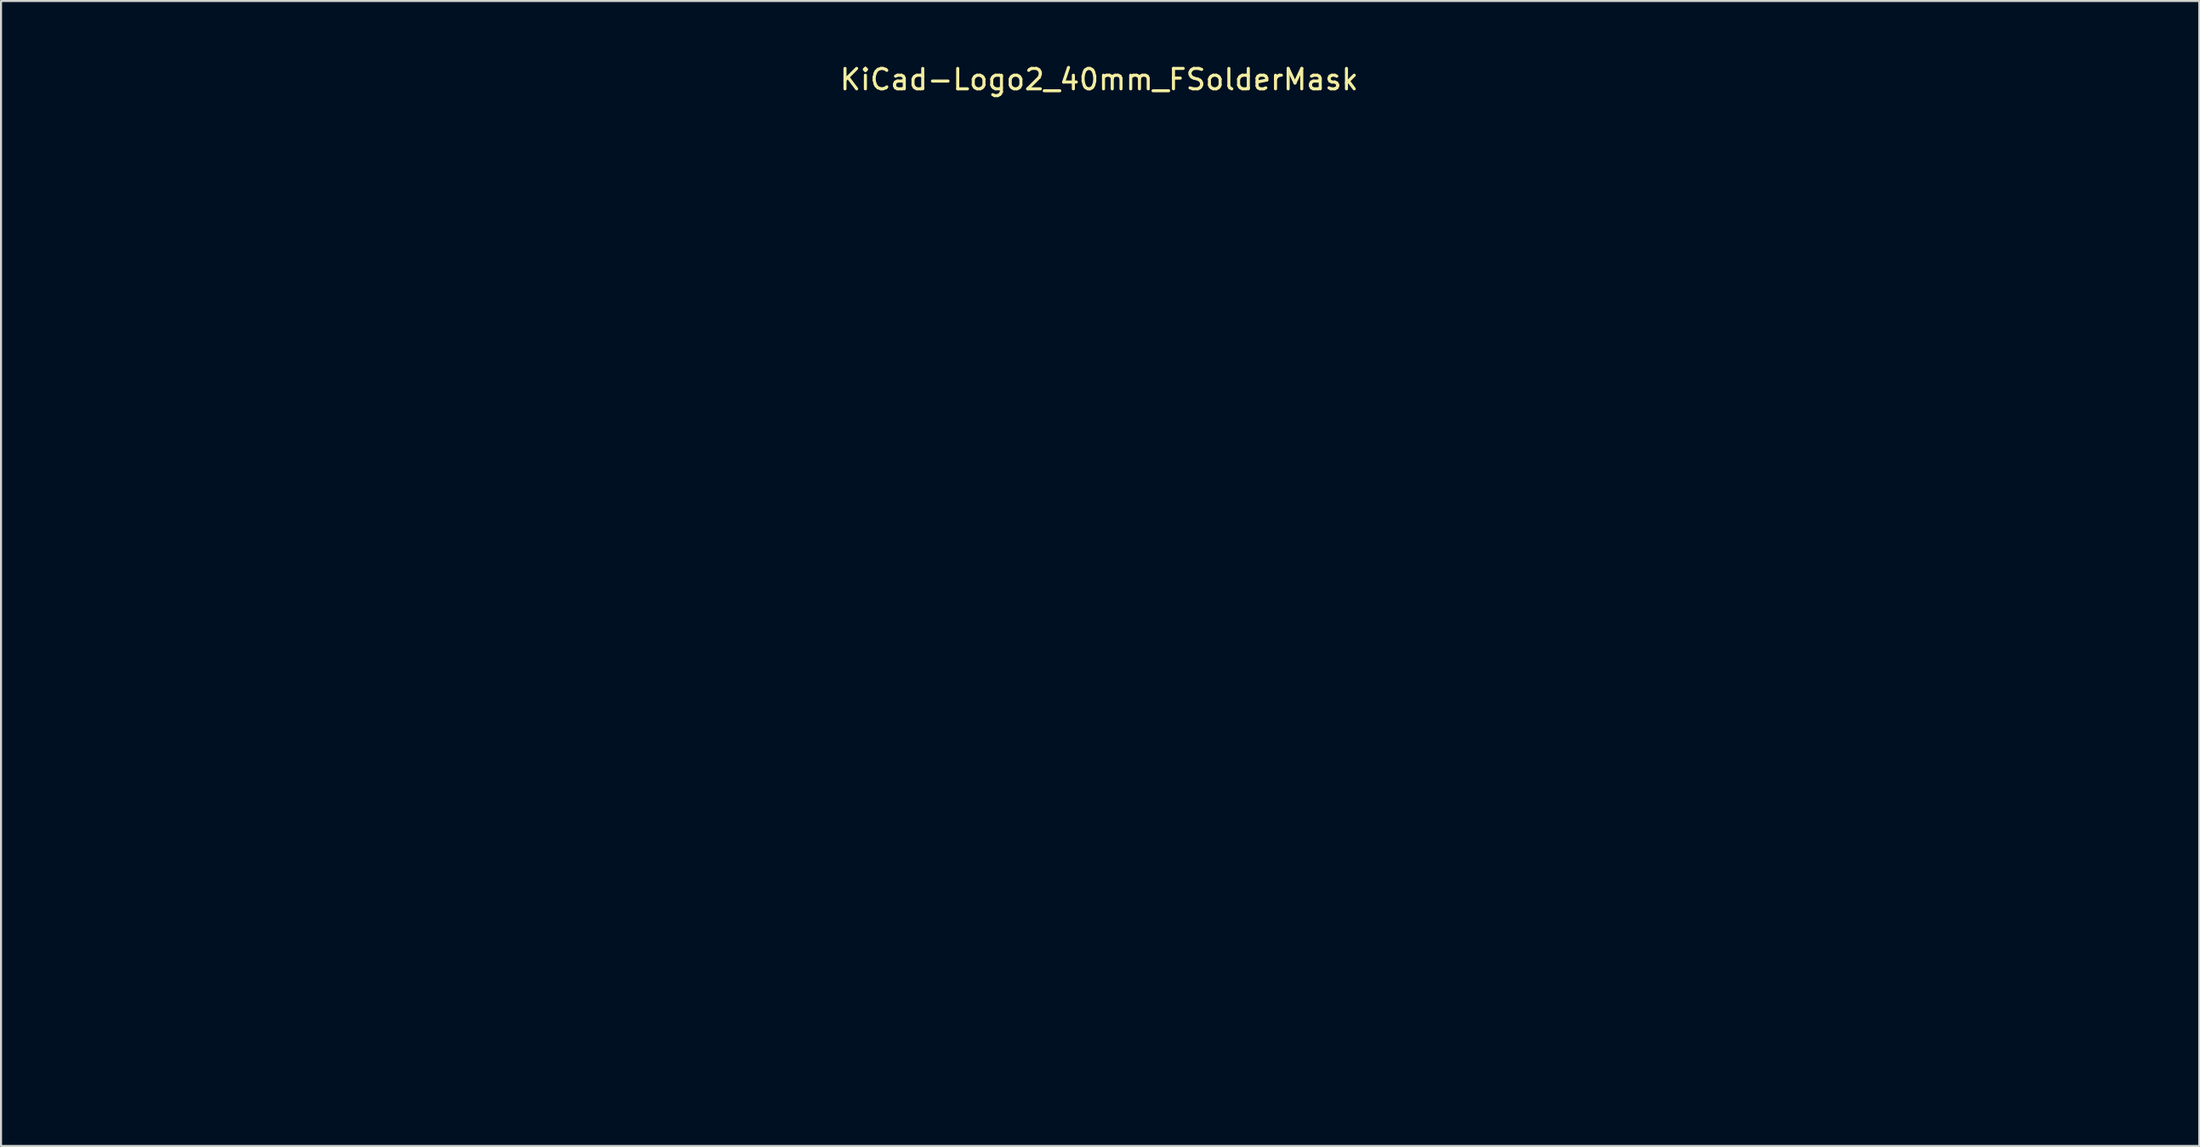
<source format=kicad_pcb>
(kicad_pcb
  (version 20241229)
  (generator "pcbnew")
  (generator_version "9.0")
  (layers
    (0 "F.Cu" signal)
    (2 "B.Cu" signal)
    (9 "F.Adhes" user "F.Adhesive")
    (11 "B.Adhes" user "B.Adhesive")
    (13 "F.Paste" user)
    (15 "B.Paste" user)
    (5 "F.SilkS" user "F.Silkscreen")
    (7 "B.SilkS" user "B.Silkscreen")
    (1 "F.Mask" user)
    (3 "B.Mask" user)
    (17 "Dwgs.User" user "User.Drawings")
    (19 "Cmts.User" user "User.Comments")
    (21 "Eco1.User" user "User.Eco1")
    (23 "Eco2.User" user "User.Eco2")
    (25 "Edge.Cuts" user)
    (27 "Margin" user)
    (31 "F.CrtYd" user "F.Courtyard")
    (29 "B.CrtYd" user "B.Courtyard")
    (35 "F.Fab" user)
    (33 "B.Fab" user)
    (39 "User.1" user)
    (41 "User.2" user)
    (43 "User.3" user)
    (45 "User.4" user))
  (footprint "KiCad-Logo2_40mm_FSolderMask"
    (layer "F.Cu")
    (at 50.806 23.708)
    (property "Reference" "KiCad-Logo2_40mm_FSolderMask" (at 0 -22.86 0) (layer "F.SilkS") (effects (font (size 1 1) (thickness 0.15))))
    (attr exclude_from_pos_files exclude_from_bom)
    (fp_poly (pts (xy 27.966 21.545) (xy 28.124 21.644) (xy 28.302 21.788) (xy 28.302 23.935) (xy 28.301 24.563) (xy 28.299 25.057) (xy 28.293 25.436) (xy 28.284 25.717) (xy 28.269 25.917) (xy 28.249 26.054) (xy 28.221 26.146) (xy 28.184 26.209) (xy 28.158 26.24) (xy 27.948 26.377) (xy 27.709 26.371) (xy 27.5 26.255) (xy 27.322 26.11) (xy 27.322 21.788) (xy 27.5 21.644) (xy 27.672 21.539) (xy 27.812 21.5) (xy 27.966 21.545)) (stroke (width 0.01) (type solid)) (fill yes) (layer "F.Mask"))
    (fp_poly (pts (xy -19.521 21.65) (xy -19.477 21.701) (xy -19.443 21.766) (xy -19.417 21.863) (xy -19.398 22.01) (xy -19.385 22.225) (xy -19.377 22.523) (xy -19.372 22.924) (xy -19.371 23.444) (xy -19.37 23.949) (xy -19.371 24.576) (xy -19.373 25.069) (xy -19.378 25.447) (xy -19.387 25.726) (xy -19.401 25.924) (xy -19.421 26.059) (xy -19.449 26.148) (xy -19.486 26.209) (xy -19.521 26.248) (xy -19.741 26.379) (xy -19.976 26.368) (xy -20.186 26.224) (xy -20.235 26.168) (xy -20.272 26.103) (xy -20.301 26.012) (xy -20.321 25.875) (xy -20.335 25.675) (xy -20.344 25.395) (xy -20.348 25.016) (xy -20.35 24.521) (xy -20.35 23.96) (xy -20.35 21.87) (xy -20.165 21.685) (xy -19.937 21.529) (xy -19.716 21.523) (xy -19.521 21.65)) (stroke (width 0.01) (type solid)) (fill yes) (layer "F.Mask"))
    (fp_poly (pts (xy -18.076 -19.651) (xy -17.392 -19.413) (xy -16.756 -19.04) (xy -16.187 -18.531) (xy -15.708 -17.886) (xy -15.493 -17.48) (xy -15.306 -16.911) (xy -15.216 -16.254) (xy -15.226 -15.579) (xy -15.337 -14.968) (xy -15.641 -14.22) (xy -16.081 -13.572) (xy -16.635 -13.035) (xy -17.282 -12.624) (xy -17.998 -12.349) (xy -18.761 -12.225) (xy -19.549 -12.263) (xy -19.938 -12.345) (xy -20.695 -12.64) (xy -21.367 -13.089) (xy -21.938 -13.679) (xy -22.393 -14.397) (xy -22.431 -14.475) (xy -22.564 -14.769) (xy -22.647 -15.017) (xy -22.693 -15.278) (xy -22.711 -15.613) (xy -22.714 -15.977) (xy -22.709 -16.415) (xy -22.686 -16.732) (xy -22.634 -16.987) (xy -22.541 -17.243) (xy -22.426 -17.496) (xy -21.998 -18.213) (xy -21.47 -18.793) (xy -20.864 -19.237) (xy -20.201 -19.545) (xy -19.501 -19.716) (xy -18.786 -19.751) (xy -18.076 -19.651)) (stroke (width 0.01) (type solid)) (fill yes) (layer "F.Mask"))
    (fp_poly (pts (xy 33.136 21.5) (xy 33.662 21.503) (xy 34.07 21.508) (xy 34.376 21.517) (xy 34.599 21.53) (xy 34.753 21.549) (xy 34.856 21.574) (xy 34.924 21.607) (xy 34.957 21.631) (xy 35.128 21.849) (xy 35.149 22.074) (xy 35.043 22.279) (xy 34.974 22.361) (xy 34.9 22.417) (xy 34.792 22.452) (xy 34.622 22.47) (xy 34.363 22.478) (xy 33.986 22.479) (xy 33.911 22.479) (xy 32.937 22.479) (xy 32.937 24.288) (xy 32.936 24.858) (xy 32.934 25.297) (xy 32.927 25.624) (xy 32.915 25.857) (xy 32.896 26.017) (xy 32.869 26.123) (xy 32.833 26.194) (xy 32.786 26.248) (xy 32.566 26.38) (xy 32.337 26.37) (xy 32.129 26.219) (xy 32.113 26.2) (xy 32.064 26.129) (xy 32.026 26.046) (xy 31.998 25.931) (xy 31.979 25.764) (xy 31.967 25.524) (xy 31.96 25.192) (xy 31.958 24.747) (xy 31.957 24.24) (xy 31.957 22.479) (xy 31.027 22.479) (xy 30.628 22.477) (xy 30.351 22.466) (xy 30.17 22.444) (xy 30.056 22.407) (xy 29.981 22.351) (xy 29.972 22.342) (xy 29.862 22.12) (xy 29.872 21.869) (xy 29.998 21.65) (xy 30.046 21.608) (xy 30.109 21.574) (xy 30.202 21.548) (xy 30.343 21.529) (xy 30.548 21.516) (xy 30.834 21.507) (xy 31.217 21.502) (xy 31.714 21.5) (xy 32.343 21.5) (xy 32.477 21.5) (xy 33.136 21.5)) (stroke (width 0.01) (type solid)) (fill yes) (layer "F.Mask"))
    (fp_poly (pts (xy 41.587 21.536) (xy 41.797 21.685) (xy 41.982 21.87) (xy 41.982 23.936) (xy 41.981 24.549) (xy 41.979 25.03) (xy 41.973 25.397) (xy 41.964 25.668) (xy 41.948 25.861) (xy 41.926 25.995) (xy 41.896 26.088) (xy 41.856 26.158) (xy 41.825 26.2) (xy 41.62 26.364) (xy 41.385 26.382) (xy 41.169 26.281) (xy 41.098 26.222) (xy 41.051 26.143) (xy 41.022 26.016) (xy 41.007 25.812) (xy 41.002 25.503) (xy 41.002 25.264) (xy 41.002 24.364) (xy 37.685 24.364) (xy 37.685 25.183) (xy 37.682 25.557) (xy 37.668 25.814) (xy 37.639 25.988) (xy 37.589 26.112) (xy 37.529 26.2) (xy 37.323 26.364) (xy 37.09 26.383) (xy 36.866 26.267) (xy 36.805 26.206) (xy 36.762 26.125) (xy 36.734 25.999) (xy 36.717 25.803) (xy 36.708 25.511) (xy 36.704 25.099) (xy 36.704 25.004) (xy 36.7 24.227) (xy 36.699 23.587) (xy 36.699 23.069) (xy 36.703 22.66) (xy 36.709 22.345) (xy 36.72 22.11) (xy 36.736 21.942) (xy 36.758 21.825) (xy 36.785 21.746) (xy 36.819 21.692) (xy 36.856 21.65) (xy 37.069 21.518) (xy 37.291 21.536) (xy 37.5 21.685) (xy 37.585 21.78) (xy 37.639 21.886) (xy 37.669 22.037) (xy 37.683 22.267) (xy 37.685 22.613) (xy 37.685 22.627) (xy 37.685 23.384) (xy 41.002 23.384) (xy 41.002 22.592) (xy 41.005 22.228) (xy 41.019 21.982) (xy 41.048 21.822) (xy 41.097 21.716) (xy 41.153 21.65) (xy 41.365 21.518) (xy 41.587 21.536)) (stroke (width 0.01) (type solid)) (fill yes) (layer "F.Mask"))
    (fp_poly (pts (xy 6.799 21.501) (xy 7.66 21.53) (xy 8.392 21.618) (xy 9.008 21.771) (xy 9.519 21.994) (xy 9.938 22.291) (xy 10.277 22.669) (xy 10.547 23.133) (xy 10.552 23.144) (xy 10.713 23.559) (xy 10.771 23.926) (xy 10.724 24.296) (xy 10.573 24.718) (xy 10.545 24.782) (xy 10.35 25.158) (xy 10.131 25.448) (xy 9.848 25.695) (xy 9.462 25.94) (xy 9.44 25.953) (xy 9.104 26.114) (xy 8.724 26.235) (xy 8.276 26.319) (xy 7.735 26.37) (xy 7.078 26.393) (xy 6.845 26.395) (xy 5.739 26.399) (xy 5.583 26.2) (xy 5.537 26.135) (xy 5.5 26.059) (xy 5.473 25.953) (xy 5.454 25.8) (xy 5.441 25.581) (xy 5.436 25.419) (xy 6.482 25.419) (xy 7.109 25.419) (xy 7.476 25.408) (xy 7.852 25.38) (xy 8.161 25.34) (xy 8.18 25.337) (xy 8.729 25.189) (xy 9.154 24.968) (xy 9.47 24.663) (xy 9.69 24.263) (xy 9.728 24.157) (xy 9.766 23.992) (xy 9.75 23.829) (xy 9.671 23.612) (xy 9.623 23.505) (xy 9.467 23.222) (xy 9.28 23.023) (xy 9.073 22.885) (xy 8.659 22.704) (xy 8.13 22.574) (xy 7.513 22.499) (xy 7.066 22.482) (xy 6.482 22.479) (xy 6.482 25.419) (xy 5.436 25.419) (xy 5.433 25.278) (xy 5.428 24.873) (xy 5.427 24.347) (xy 5.427 23.936) (xy 5.427 21.87) (xy 5.612 21.685) (xy 5.694 21.61) (xy 5.783 21.558) (xy 5.907 21.526) (xy 6.094 21.509) (xy 6.374 21.502) (xy 6.775 21.501) (xy 6.799 21.501)) (stroke (width 0.01) (type solid)) (fill yes) (layer "F.Mask"))
    (fp_poly (pts (xy -40.87 21.5) (xy -40.606 21.502) (xy -39.834 21.521) (xy -39.187 21.576) (xy -38.643 21.674) (xy -38.181 21.821) (xy -37.779 22.022) (xy -37.413 22.284) (xy -37.283 22.397) (xy -37.067 22.663) (xy -36.871 23.024) (xy -36.721 23.424) (xy -36.639 23.807) (xy -36.63 23.949) (xy -36.684 24.342) (xy -36.827 24.771) (xy -37.035 25.177) (xy -37.281 25.501) (xy -37.321 25.54) (xy -37.66 25.814) (xy -38.031 26.029) (xy -38.455 26.188) (xy -38.954 26.299) (xy -39.55 26.367) (xy -40.264 26.396) (xy -40.59 26.399) (xy -41.006 26.397) (xy -41.298 26.388) (xy -41.494 26.37) (xy -41.622 26.338) (xy -41.709 26.29) (xy -41.755 26.248) (xy -41.799 26.197) (xy -41.834 26.132) (xy -41.86 26.035) (xy -41.879 25.888) (xy -41.892 25.674) (xy -41.9 25.375) (xy -41.904 24.974) (xy -41.906 24.454) (xy -41.906 23.949) (xy -41.908 23.275) (xy -41.908 22.737) (xy -41.901 22.479) (xy -40.926 22.479) (xy -40.926 25.419) (xy -40.305 25.418) (xy -39.93 25.408) (xy -39.539 25.38) (xy -39.212 25.341) (xy -39.202 25.34) (xy -38.673 25.212) (xy -38.263 25.013) (xy -37.952 24.73) (xy -37.753 24.423) (xy -37.631 24.083) (xy -37.641 23.764) (xy -37.783 23.422) (xy -38.06 23.067) (xy -38.444 22.805) (xy -38.943 22.63) (xy -39.276 22.568) (xy -39.655 22.524) (xy -40.056 22.492) (xy -40.397 22.479) (xy -40.418 22.479) (xy -40.926 22.479) (xy -41.901 22.479) (xy -41.897 22.319) (xy -41.869 22.007) (xy -41.814 21.785) (xy -41.726 21.638) (xy -41.595 21.551) (xy -41.414 21.509) (xy -41.175 21.497) (xy -40.87 21.5)) (stroke (width 0.01) (type solid)) (fill yes) (layer "F.Mask"))
    (fp_poly (pts (xy -8.68 21.529) (xy -8.523 21.621) (xy -8.317 21.772) (xy -8.052 21.989) (xy -7.718 22.278) (xy -7.303 22.648) (xy -6.797 23.104) (xy -6.218 23.629) (xy -5.012 24.723) (xy -4.974 23.255) (xy -4.961 22.75) (xy -4.948 22.374) (xy -4.932 22.105) (xy -4.911 21.921) (xy -4.882 21.802) (xy -4.842 21.724) (xy -4.788 21.667) (xy -4.759 21.643) (xy -4.528 21.517) (xy -4.309 21.535) (xy -4.135 21.644) (xy -3.957 21.788) (xy -3.935 23.89) (xy -3.929 24.509) (xy -3.926 24.995) (xy -3.927 25.366) (xy -3.933 25.641) (xy -3.945 25.838) (xy -3.965 25.974) (xy -3.993 26.069) (xy -4.031 26.139) (xy -4.072 26.196) (xy -4.162 26.301) (xy -4.252 26.371) (xy -4.354 26.397) (xy -4.48 26.374) (xy -4.643 26.292) (xy -4.856 26.145) (xy -5.13 25.925) (xy -5.478 25.625) (xy -5.914 25.237) (xy -6.407 24.791) (xy -8.178 23.185) (xy -8.215 24.648) (xy -8.229 25.152) (xy -8.242 25.527) (xy -8.258 25.796) (xy -8.279 25.978) (xy -8.308 26.097) (xy -8.349 26.175) (xy -8.403 26.232) (xy -8.431 26.255) (xy -8.678 26.382) (xy -8.911 26.363) (xy -9.114 26.2) (xy -9.161 26.135) (xy -9.197 26.058) (xy -9.224 25.952) (xy -9.244 25.799) (xy -9.257 25.579) (xy -9.265 25.275) (xy -9.269 24.868) (xy -9.27 24.34) (xy -9.271 23.949) (xy -9.27 23.338) (xy -9.268 22.859) (xy -9.262 22.494) (xy -9.253 22.225) (xy -9.237 22.033) (xy -9.215 21.9) (xy -9.184 21.808) (xy -9.144 21.738) (xy -9.114 21.698) (xy -9.039 21.604) (xy -8.969 21.533) (xy -8.892 21.492) (xy -8.8 21.488) (xy -8.68 21.529)) (stroke (width 0.01) (type solid)) (fill yes) (layer "F.Mask"))
    (fp_poly (pts (xy -13.02 21.536) (xy -12.562 21.613) (xy -12.211 21.733) (xy -11.982 21.89) (xy -11.92 21.979) (xy -11.857 22.188) (xy -11.899 22.376) (xy -12.034 22.555) (xy -12.243 22.639) (xy -12.546 22.632) (xy -12.781 22.587) (xy -13.302 22.5) (xy -13.835 22.492) (xy -14.432 22.562) (xy -14.596 22.592) (xy -15.151 22.748) (xy -15.585 22.981) (xy -15.893 23.286) (xy -16.071 23.659) (xy -16.108 23.852) (xy -16.084 24.243) (xy -15.928 24.59) (xy -15.655 24.884) (xy -15.279 25.12) (xy -14.814 25.29) (xy -14.273 25.389) (xy -13.673 25.408) (xy -13.025 25.342) (xy -12.989 25.336) (xy -12.731 25.288) (xy -12.589 25.241) (xy -12.527 25.173) (xy -12.512 25.058) (xy -12.512 24.997) (xy -12.512 24.741) (xy -12.969 24.741) (xy -13.372 24.713) (xy -13.648 24.625) (xy -13.808 24.468) (xy -13.866 24.236) (xy -13.867 24.206) (xy -13.833 24.007) (xy -13.717 23.865) (xy -13.5 23.772) (xy -13.164 23.717) (xy -12.84 23.697) (xy -12.368 23.685) (xy -12.026 23.703) (xy -11.792 23.768) (xy -11.647 23.898) (xy -11.569 24.113) (xy -11.537 24.429) (xy -11.532 24.845) (xy -11.541 25.308) (xy -11.569 25.624) (xy -11.617 25.792) (xy -11.626 25.805) (xy -11.886 26.016) (xy -12.267 26.183) (xy -12.745 26.302) (xy -13.295 26.37) (xy -13.895 26.384) (xy -14.519 26.34) (xy -14.886 26.286) (xy -15.461 26.123) (xy -15.996 25.857) (xy -16.444 25.511) (xy -16.512 25.442) (xy -16.733 25.151) (xy -16.933 24.791) (xy -17.088 24.414) (xy -17.174 24.071) (xy -17.185 23.94) (xy -17.14 23.665) (xy -17.022 23.323) (xy -16.854 22.964) (xy -16.657 22.635) (xy -16.483 22.416) (xy -16.076 22.09) (xy -15.549 21.83) (xy -14.923 21.643) (xy -14.215 21.534) (xy -13.567 21.507) (xy -13.02 21.536)) (stroke (width 0.01) (type solid)) (fill yes) (layer "F.Mask"))
    (fp_poly (pts (xy 1.538 21.501) (xy 2.048 21.507) (xy 2.438 21.521) (xy 2.726 21.547) (xy 2.926 21.588) (xy 3.054 21.647) (xy 3.126 21.727) (xy 3.158 21.833) (xy 3.166 21.966) (xy 3.166 21.982) (xy 3.159 22.133) (xy 3.127 22.25) (xy 3.053 22.338) (xy 2.92 22.4) (xy 2.71 22.442) (xy 2.405 22.469) (xy 1.989 22.485) (xy 1.444 22.494) (xy 1.277 22.497) (xy -0.339 22.517) (xy -0.362 22.95) (xy -0.384 23.384) (xy 0.738 23.384) (xy 1.177 23.385) (xy 1.49 23.392) (xy 1.703 23.407) (xy 1.841 23.434) (xy 1.93 23.474) (xy 1.995 23.532) (xy 1.995 23.532) (xy 2.112 23.757) (xy 2.108 23.999) (xy 1.985 24.206) (xy 1.961 24.227) (xy 1.874 24.282) (xy 1.756 24.32) (xy 1.579 24.344) (xy 1.318 24.358) (xy 0.946 24.363) (xy 0.708 24.364) (xy -0.377 24.364) (xy -0.377 25.419) (xy 1.27 25.419) (xy 1.813 25.42) (xy 2.226 25.424) (xy 2.528 25.432) (xy 2.739 25.446) (xy 2.879 25.468) (xy 2.968 25.5) (xy 3.026 25.541) (xy 3.041 25.557) (xy 3.149 25.767) (xy 3.157 26.007) (xy 3.068 26.215) (xy 2.998 26.281) (xy 2.925 26.318) (xy 2.812 26.346) (xy 2.641 26.368) (xy 2.395 26.382) (xy 2.055 26.392) (xy 1.603 26.397) (xy 1.022 26.399) (xy 0.891 26.399) (xy 0.3 26.398) (xy -0.159 26.396) (xy -0.504 26.391) (xy -0.753 26.381) (xy -0.927 26.365) (xy -1.042 26.341) (xy -1.118 26.308) (xy -1.173 26.265) (xy -1.203 26.234) (xy -1.248 26.179) (xy -1.284 26.11) (xy -1.311 26.011) (xy -1.33 25.863) (xy -1.343 25.648) (xy -1.351 25.348) (xy -1.355 24.946) (xy -1.356 24.423) (xy -1.357 23.983) (xy -1.356 23.366) (xy -1.354 22.882) (xy -1.349 22.512) (xy -1.339 22.239) (xy -1.324 22.043) (xy -1.302 21.907) (xy -1.273 21.813) (xy -1.234 21.743) (xy -1.2 21.698) (xy -1.044 21.5) (xy 0.893 21.5) (xy 1.538 21.501)) (stroke (width 0.01) (type solid)) (fill yes) (layer "F.Mask"))
    (fp_poly (pts (xy -31.465 21.5) (xy -31.002 21.503) (xy -30.652 21.508) (xy -30.397 21.519) (xy -30.219 21.535) (xy -30.099 21.559) (xy -30.018 21.591) (xy -29.958 21.634) (xy -29.936 21.653) (xy -29.804 21.861) (xy -29.781 22.099) (xy -29.868 22.31) (xy -29.908 22.353) (xy -29.973 22.395) (xy -30.077 22.427) (xy -30.241 22.451) (xy -30.483 22.468) (xy -30.823 22.481) (xy -31.28 22.491) (xy -31.698 22.497) (xy -33.352 22.517) (xy -33.374 22.95) (xy -33.397 23.384) (xy -32.274 23.384) (xy -31.787 23.388) (xy -31.43 23.406) (xy -31.184 23.444) (xy -31.028 23.511) (xy -30.942 23.613) (xy -30.907 23.759) (xy -30.902 23.894) (xy -30.919 24.06) (xy -30.981 24.182) (xy -31.109 24.267) (xy -31.321 24.322) (xy -31.636 24.351) (xy -32.074 24.363) (xy -32.313 24.364) (xy -33.389 24.364) (xy -33.389 25.419) (xy -31.731 25.419) (xy -31.188 25.42) (xy -30.775 25.423) (xy -30.472 25.431) (xy -30.259 25.444) (xy -30.115 25.466) (xy -30.021 25.497) (xy -29.955 25.539) (xy -29.922 25.57) (xy -29.808 25.749) (xy -29.772 25.909) (xy -29.824 26.104) (xy -29.922 26.248) (xy -29.975 26.293) (xy -30.042 26.329) (xy -30.144 26.355) (xy -30.296 26.374) (xy -30.519 26.386) (xy -30.83 26.394) (xy -31.247 26.397) (xy -31.789 26.399) (xy -32.07 26.399) (xy -32.672 26.398) (xy -33.142 26.396) (xy -33.497 26.39) (xy -33.756 26.38) (xy -33.938 26.364) (xy -34.059 26.341) (xy -34.139 26.31) (xy -34.196 26.269) (xy -34.218 26.248) (xy -34.262 26.197) (xy -34.297 26.132) (xy -34.323 26.034) (xy -34.342 25.887) (xy -34.355 25.672) (xy -34.363 25.372) (xy -34.367 24.97) (xy -34.369 24.448) (xy -34.369 23.962) (xy -34.369 23.34) (xy -34.367 22.851) (xy -34.363 22.477) (xy -34.355 22.201) (xy -34.341 22.006) (xy -34.321 21.873) (xy -34.293 21.785) (xy -34.255 21.725) (xy -34.207 21.675) (xy -34.195 21.663) (xy -34.137 21.614) (xy -34.07 21.575) (xy -33.974 21.547) (xy -33.833 21.526) (xy -33.626 21.513) (xy -33.335 21.505) (xy -32.941 21.501) (xy -32.426 21.5) (xy -32.061 21.5) (xy -31.465 21.5)) (stroke (width 0.01) (type solid)) (fill yes) (layer "F.Mask"))
    (fp_poly (pts (xy 25.001 21.513) (xy 25.132 21.559) (xy 25.137 21.562) (xy 25.315 21.697) (xy 25.413 21.837) (xy 25.432 21.902) (xy 25.431 21.989) (xy 25.404 22.113) (xy 25.345 22.289) (xy 25.249 22.532) (xy 25.108 22.859) (xy 24.918 23.284) (xy 24.673 23.823) (xy 24.538 24.118) (xy 24.293 24.644) (xy 24.064 25.127) (xy 23.859 25.551) (xy 23.686 25.897) (xy 23.554 26.148) (xy 23.472 26.285) (xy 23.456 26.304) (xy 23.249 26.388) (xy 23.015 26.377) (xy 22.827 26.275) (xy 22.82 26.267) (xy 22.745 26.154) (xy 22.62 25.933) (xy 22.459 25.634) (xy 22.279 25.285) (xy 22.214 25.156) (xy 21.726 24.177) (xy 21.193 25.241) (xy 21.003 25.608) (xy 20.827 25.927) (xy 20.678 26.172) (xy 20.573 26.32) (xy 20.537 26.351) (xy 20.258 26.394) (xy 20.029 26.304) (xy 19.961 26.209) (xy 19.844 25.997) (xy 19.687 25.689) (xy 19.5 25.307) (xy 19.293 24.87) (xy 19.074 24.4) (xy 18.853 23.918) (xy 18.64 23.444) (xy 18.445 23) (xy 18.276 22.606) (xy 18.144 22.283) (xy 18.059 22.053) (xy 18.028 21.935) (xy 18.029 21.931) (xy 18.102 21.782) (xy 18.25 21.631) (xy 18.258 21.624) (xy 18.44 21.522) (xy 18.607 21.523) (xy 18.67 21.542) (xy 18.747 21.584) (xy 18.828 21.666) (xy 18.924 21.806) (xy 19.044 22.02) (xy 19.198 22.325) (xy 19.396 22.739) (xy 19.574 23.121) (xy 19.779 23.564) (xy 19.963 23.962) (xy 20.116 24.295) (xy 20.229 24.541) (xy 20.291 24.681) (xy 20.3 24.703) (xy 20.341 24.667) (xy 20.436 24.518) (xy 20.571 24.276) (xy 20.734 23.965) (xy 20.799 23.836) (xy 21.019 23.402) (xy 21.189 23.086) (xy 21.322 22.869) (xy 21.433 22.734) (xy 21.535 22.661) (xy 21.643 22.633) (xy 21.713 22.63) (xy 21.837 22.641) (xy 21.945 22.686) (xy 22.053 22.785) (xy 22.175 22.955) (xy 22.325 23.215) (xy 22.518 23.585) (xy 22.625 23.795) (xy 22.798 24.13) (xy 22.948 24.408) (xy 23.064 24.605) (xy 23.131 24.698) (xy 23.14 24.702) (xy 23.183 24.629) (xy 23.279 24.439) (xy 23.419 24.151) (xy 23.594 23.787) (xy 23.792 23.365) (xy 23.89 23.155) (xy 24.144 22.615) (xy 24.349 22.199) (xy 24.515 21.893) (xy 24.652 21.686) (xy 24.772 21.562) (xy 24.885 21.509) (xy 25.001 21.513)) (stroke (width 0.01) (type solid)) (fill yes) (layer "F.Mask"))
    (fp_poly (pts (xy -24.648 21.508) (xy -24.148 21.543) (xy -23.684 21.598) (xy -23.281 21.67) (xy -22.967 21.757) (xy -22.77 21.858) (xy -22.739 21.888) (xy -22.634 22.119) (xy -22.666 22.356) (xy -22.83 22.559) (xy -22.837 22.565) (xy -22.934 22.627) (xy -23.034 22.66) (xy -23.174 22.664) (xy -23.39 22.64) (xy -23.716 22.588) (xy -23.742 22.584) (xy -24.227 22.524) (xy -24.751 22.495) (xy -25.277 22.495) (xy -25.767 22.522) (xy -26.186 22.577) (xy -26.495 22.658) (xy -26.515 22.666) (xy -26.74 22.792) (xy -26.819 22.919) (xy -26.757 23.044) (xy -26.56 23.164) (xy -26.232 23.274) (xy -25.778 23.371) (xy -25.475 23.418) (xy -24.847 23.508) (xy -24.346 23.59) (xy -23.954 23.672) (xy -23.647 23.76) (xy -23.405 23.862) (xy -23.207 23.985) (xy -23.03 24.135) (xy -22.889 24.283) (xy -22.721 24.489) (xy -22.638 24.666) (xy -22.612 24.884) (xy -22.611 24.964) (xy -22.631 25.229) (xy -22.708 25.427) (xy -22.843 25.602) (xy -23.116 25.869) (xy -23.42 26.074) (xy -23.779 26.221) (xy -24.214 26.318) (xy -24.748 26.371) (xy -25.405 26.388) (xy -25.513 26.388) (xy -25.951 26.378) (xy -26.385 26.358) (xy -26.768 26.329) (xy -27.053 26.294) (xy -27.076 26.29) (xy -27.359 26.223) (xy -27.599 26.138) (xy -27.735 26.06) (xy -27.862 25.856) (xy -27.871 25.618) (xy -27.762 25.406) (xy -27.737 25.382) (xy -27.636 25.311) (xy -27.51 25.28) (xy -27.315 25.285) (xy -27.078 25.312) (xy -26.813 25.337) (xy -26.441 25.357) (xy -26.008 25.372) (xy -25.556 25.379) (xy -25.438 25.38) (xy -24.985 25.378) (xy -24.653 25.369) (xy -24.414 25.35) (xy -24.237 25.318) (xy -24.095 25.27) (xy -24.01 25.23) (xy -23.822 25.119) (xy -23.702 25.019) (xy -23.685 24.99) (xy -23.722 24.873) (xy -23.897 24.759) (xy -24.199 24.654) (xy -24.615 24.563) (xy -24.738 24.542) (xy -25.378 24.442) (xy -25.889 24.358) (xy -26.291 24.284) (xy -26.602 24.215) (xy -26.844 24.143) (xy -27.035 24.064) (xy -27.196 23.971) (xy -27.345 23.858) (xy -27.503 23.718) (xy -27.557 23.669) (xy -27.743 23.487) (xy -27.842 23.342) (xy -27.881 23.176) (xy -27.887 22.968) (xy -27.818 22.559) (xy -27.613 22.211) (xy -27.271 21.926) (xy -26.795 21.705) (xy -26.455 21.606) (xy -26.086 21.542) (xy -25.644 21.505) (xy -25.155 21.495) (xy -24.648 21.508)) (stroke (width 0.01) (type solid)) (fill yes) (layer "F.Mask"))
    (fp_poly (pts (xy 2.917 -12.197) (xy 3.899 -12.09) (xy 4.85 -11.898) (xy 5.809 -11.61) (xy 6.815 -11.218) (xy 7.907 -10.711) (xy 8.103 -10.613) (xy 8.554 -10.39) (xy 8.98 -10.19) (xy 9.338 -10.031) (xy 9.586 -9.933) (xy 9.624 -9.92) (xy 9.989 -9.811) (xy 8.354 -7.432) (xy 7.954 -6.85) (xy 7.588 -6.319) (xy 7.27 -5.856) (xy 7.01 -5.479) (xy 6.822 -5.207) (xy 6.718 -5.057) (xy 6.701 -5.033) (xy 6.632 -5.083) (xy 6.463 -5.232) (xy 6.223 -5.454) (xy 6.091 -5.58) (xy 5.343 -6.175) (xy 4.502 -6.627) (xy 3.778 -6.875) (xy 3.343 -6.953) (xy 2.799 -7) (xy 2.209 -7.016) (xy 1.638 -7) (xy 1.148 -6.951) (xy 0.953 -6.914) (xy 0.074 -6.611) (xy -0.719 -6.149) (xy -1.424 -5.528) (xy -2.041 -4.75) (xy -2.569 -3.815) (xy -3.008 -2.723) (xy -3.356 -1.477) (xy -3.564 -0.41) (xy -3.618 0.061) (xy -3.655 0.67) (xy -3.675 1.372) (xy -3.678 2.125) (xy -3.666 2.883) (xy -3.637 3.605) (xy -3.593 4.245) (xy -3.534 4.76) (xy -3.521 4.839) (xy -3.239 6.12) (xy -2.855 7.253) (xy -2.366 8.244) (xy -1.771 9.098) (xy -1.348 9.559) (xy -0.588 10.186) (xy 0.245 10.651) (xy 1.138 10.951) (xy 2.076 11.083) (xy 3.045 11.046) (xy 4.031 10.837) (xy 4.614 10.632) (xy 5.422 10.221) (xy 6.253 9.633) (xy 6.719 9.235) (xy 6.981 9.004) (xy 7.187 8.835) (xy 7.304 8.754) (xy 7.318 8.751) (xy 7.37 8.835) (xy 7.506 9.054) (xy 7.713 9.392) (xy 7.979 9.829) (xy 8.295 10.346) (xy 8.647 10.924) (xy 8.843 11.246) (xy 10.342 13.707) (xy 8.471 14.632) (xy 7.795 14.964) (xy 7.247 15.226) (xy 6.794 15.43) (xy 6.402 15.591) (xy 6.039 15.72) (xy 5.67 15.831) (xy 5.262 15.937) (xy 4.871 16.03) (xy 4.523 16.102) (xy 4.159 16.156) (xy 3.744 16.196) (xy 3.239 16.224) (xy 2.609 16.244) (xy 2.185 16.252) (xy 1.579 16.258) (xy 0.999 16.255) (xy 0.481 16.245) (xy 0.066 16.227) (xy -0.209 16.202) (xy -0.226 16.2) (xy -1.656 15.891) (xy -2.999 15.421) (xy -4.254 14.793) (xy -5.421 14.005) (xy -6.499 13.058) (xy -7.489 11.953) (xy -8.206 10.97) (xy -8.969 9.684) (xy -9.585 8.326) (xy -10.059 6.885) (xy -10.392 5.35) (xy -10.588 3.711) (xy -10.65 2.046) (xy -10.599 0.435) (xy -10.439 -1.051) (xy -10.166 -2.437) (xy -9.774 -3.749) (xy -9.257 -5.012) (xy -9.196 -5.142) (xy -8.516 -6.365) (xy -7.682 -7.529) (xy -6.716 -8.609) (xy -5.643 -9.582) (xy -4.485 -10.424) (xy -3.407 -11.041) (xy -2.317 -11.524) (xy -1.225 -11.875) (xy -0.089 -12.101) (xy 1.135 -12.213) (xy 1.866 -12.23) (xy 2.917 -12.197)) (stroke (width 0.01) (type solid)) (fill yes) (layer "F.Mask"))
    (fp_poly (pts (xy 45.37 -13.548) (xy 46.144 -13.545) (xy 46.407 -13.543) (xy 50.026 -13.519) (xy 50.072 0.364) (xy 50.078 2.247) (xy 50.083 3.956) (xy 50.088 5.501) (xy 50.093 6.891) (xy 50.098 8.133) (xy 50.104 9.238) (xy 50.111 10.214) (xy 50.12 11.07) (xy 50.13 11.814) (xy 50.142 12.456) (xy 50.157 13.005) (xy 50.174 13.468) (xy 50.195 13.855) (xy 50.219 14.176) (xy 50.246 14.438) (xy 50.278 14.651) (xy 50.314 14.823) (xy 50.355 14.963) (xy 50.401 15.08) (xy 50.453 15.184) (xy 50.511 15.282) (xy 50.574 15.384) (xy 50.644 15.498) (xy 50.659 15.522) (xy 50.9 15.934) (xy 43.927 15.886) (xy 43.881 15.12) (xy 43.856 14.753) (xy 43.83 14.54) (xy 43.795 14.456) (xy 43.743 14.473) (xy 43.699 14.522) (xy 43.507 14.699) (xy 43.195 14.926) (xy 42.806 15.177) (xy 42.384 15.424) (xy 41.974 15.64) (xy 41.659 15.782) (xy 40.921 16.015) (xy 40.074 16.181) (xy 39.181 16.272) (xy 38.304 16.282) (xy 37.506 16.205) (xy 37.493 16.203) (xy 36.401 15.929) (xy 35.379 15.492) (xy 34.436 14.903) (xy 33.583 14.169) (xy 32.829 13.301) (xy 32.185 12.308) (xy 31.659 11.2) (xy 31.373 10.378) (xy 31.185 9.691) (xy 31.045 9.026) (xy 30.949 8.342) (xy 30.894 7.599) (xy 30.875 6.757) (xy 30.883 6.069) (xy 37.601 6.069) (xy 37.633 7.222) (xy 37.733 8.215) (xy 37.905 9.055) (xy 38.152 9.752) (xy 38.476 10.314) (xy 38.881 10.75) (xy 39.348 11.058) (xy 39.592 11.173) (xy 39.803 11.242) (xy 40.038 11.274) (xy 40.354 11.276) (xy 40.695 11.264) (xy 41.364 11.205) (xy 41.894 11.089) (xy 42.06 11.031) (xy 42.44 10.86) (xy 42.841 10.645) (xy 43.016 10.538) (xy 43.471 10.239) (xy 43.471 0.776) (xy 42.971 0.476) (xy 42.272 0.136) (xy 41.559 -0.064) (xy 40.856 -0.127) (xy 40.191 -0.054) (xy 39.589 0.154) (xy 39.075 0.496) (xy 38.91 0.66) (xy 38.511 1.197) (xy 38.188 1.848) (xy 37.938 2.623) (xy 37.759 3.534) (xy 37.648 4.591) (xy 37.603 5.807) (xy 37.601 6.069) (xy 30.883 6.069) (xy 30.887 5.783) (xy 30.964 4.284) (xy 31.118 2.932) (xy 31.354 1.708) (xy 31.676 0.59) (xy 32.087 -0.439) (xy 32.234 -0.744) (xy 32.825 -1.739) (xy 33.54 -2.623) (xy 34.361 -3.383) (xy 35.272 -4.002) (xy 36.255 -4.469) (xy 36.845 -4.661) (xy 37.424 -4.775) (xy 38.121 -4.843) (xy 38.877 -4.865) (xy 39.634 -4.84) (xy 40.333 -4.77) (xy 40.895 -4.659) (xy 41.563 -4.442) (xy 42.211 -4.162) (xy 42.777 -3.849) (xy 43.079 -3.636) (xy 43.287 -3.478) (xy 43.433 -3.382) (xy 43.466 -3.368) (xy 43.476 -3.457) (xy 43.486 -3.709) (xy 43.495 -4.108) (xy 43.502 -4.635) (xy 43.508 -5.273) (xy 43.513 -6.005) (xy 43.516 -6.811) (xy 43.517 -7.633) (xy 43.516 -8.685) (xy 43.514 -9.572) (xy 43.507 -10.311) (xy 43.496 -10.919) (xy 43.478 -11.413) (xy 43.452 -11.809) (xy 43.416 -12.125) (xy 43.369 -12.378) (xy 43.308 -12.584) (xy 43.234 -12.762) (xy 43.144 -12.926) (xy 43.036 -13.096) (xy 43.022 -13.117) (xy 42.884 -13.336) (xy 42.8 -13.487) (xy 42.789 -13.518) (xy 42.876 -13.528) (xy 43.127 -13.537) (xy 43.521 -13.543) (xy 44.039 -13.547) (xy 44.662 -13.549) (xy 45.37 -13.548)) (stroke (width 0.01) (type solid)) (fill yes) (layer "F.Mask"))
    (fp_poly (pts (xy 21.003 -4.879) (xy 21.454 -4.845) (xy 22.745 -4.673) (xy 23.888 -4.399) (xy 24.889 -4.019) (xy 25.753 -3.53) (xy 26.486 -2.927) (xy 27.094 -2.207) (xy 27.583 -1.365) (xy 27.939 -0.455) (xy 28.03 -0.165) (xy 28.109 0.107) (xy 28.177 0.375) (xy 28.235 0.654) (xy 28.284 0.958) (xy 28.325 1.303) (xy 28.36 1.702) (xy 28.388 2.171) (xy 28.411 2.723) (xy 28.43 3.374) (xy 28.445 4.139) (xy 28.458 5.031) (xy 28.469 6.066) (xy 28.48 7.259) (xy 28.488 8.194) (xy 28.541 14.612) (xy 28.882 15.229) (xy 29.044 15.527) (xy 29.164 15.758) (xy 29.222 15.881) (xy 29.224 15.89) (xy 29.136 15.899) (xy 28.886 15.908) (xy 28.494 15.916) (xy 27.979 15.922) (xy 27.362 15.927) (xy 26.663 15.931) (xy 25.901 15.932) (xy 25.81 15.932) (xy 22.396 15.932) (xy 22.396 15.158) (xy 22.39 14.808) (xy 22.374 14.541) (xy 22.352 14.398) (xy 22.342 14.384) (xy 22.252 14.44) (xy 22.066 14.586) (xy 21.824 14.791) (xy 21.819 14.795) (xy 21.378 15.124) (xy 20.82 15.454) (xy 20.21 15.752) (xy 19.61 15.988) (xy 19.346 16.068) (xy 18.82 16.17) (xy 18.175 16.235) (xy 17.469 16.263) (xy 16.762 16.251) (xy 16.113 16.2) (xy 15.659 16.126) (xy 14.545 15.799) (xy 13.542 15.333) (xy 12.657 14.733) (xy 11.896 14.006) (xy 11.265 13.158) (xy 10.772 12.193) (xy 10.559 11.608) (xy 10.426 11.039) (xy 10.338 10.356) (xy 10.297 9.622) (xy 10.298 9.515) (xy 16.455 9.515) (xy 16.506 10.06) (xy 16.676 10.513) (xy 16.991 10.934) (xy 17.111 11.057) (xy 17.54 11.391) (xy 18.036 11.604) (xy 18.63 11.708) (xy 19.256 11.715) (xy 19.849 11.665) (xy 20.304 11.567) (xy 20.501 11.493) (xy 20.857 11.292) (xy 21.233 11.009) (xy 21.577 10.691) (xy 21.834 10.386) (xy 21.902 10.274) (xy 21.955 10.117) (xy 21.993 9.868) (xy 22.017 9.502) (xy 22.029 8.996) (xy 22.032 8.514) (xy 22.03 7.952) (xy 22.023 7.546) (xy 22.008 7.269) (xy 21.983 7.094) (xy 21.944 6.996) (xy 21.889 6.947) (xy 21.872 6.939) (xy 21.725 6.915) (xy 21.435 6.895) (xy 21.042 6.882) (xy 20.583 6.876) (xy 20.484 6.876) (xy 19.871 6.886) (xy 19.398 6.915) (xy 19.022 6.967) (xy 18.711 7.044) (xy 17.941 7.335) (xy 17.337 7.693) (xy 16.893 8.124) (xy 16.606 8.633) (xy 16.469 9.227) (xy 16.455 9.515) (xy 10.298 9.515) (xy 10.306 8.899) (xy 10.368 8.252) (xy 10.416 7.991) (xy 10.722 7.02) (xy 11.189 6.127) (xy 11.806 5.32) (xy 12.565 4.607) (xy 13.458 3.998) (xy 14.475 3.501) (xy 15.34 3.199) (xy 15.918 3.04) (xy 16.471 2.917) (xy 17.034 2.825) (xy 17.644 2.761) (xy 18.337 2.72) (xy 19.147 2.698) (xy 19.88 2.692) (xy 22.052 2.686) (xy 22.01 2.033) (xy 21.892 1.324) (xy 21.641 0.715) (xy 21.267 0.221) (xy 20.781 -0.143) (xy 20.354 -0.321) (xy 19.741 -0.433) (xy 19.011 -0.449) (xy 18.199 -0.375) (xy 17.339 -0.217) (xy 16.465 0.019) (xy 15.61 0.327) (xy 14.989 0.609) (xy 14.691 0.754) (xy 14.463 0.855) (xy 14.347 0.895) (xy 14.341 0.893) (xy 14.301 0.805) (xy 14.201 0.571) (xy 14.051 0.213) (xy 13.859 -0.246) (xy 13.636 -0.784) (xy 13.409 -1.332) (xy 12.503 -3.529) (xy 13.148 -3.635) (xy 13.427 -3.688) (xy 13.847 -3.777) (xy 14.372 -3.894) (xy 14.965 -4.032) (xy 15.592 -4.181) (xy 15.841 -4.241) (xy 16.919 -4.491) (xy 17.864 -4.679) (xy 18.709 -4.808) (xy 19.491 -4.881) (xy 20.243 -4.904) (xy 21.003 -4.879)) (stroke (width 0.01) (type solid)) (fill yes) (layer "F.Mask"))
    (fp_poly (pts (xy -39.491 -16.752) (xy -37.737 -16.751) (xy -36.921 -16.751) (xy -23.852 -16.751) (xy -23.852 -15.981) (xy -23.77 -15.043) (xy -23.522 -14.179) (xy -23.106 -13.382) (xy -22.519 -12.648) (xy -22.32 -12.449) (xy -21.606 -11.887) (xy -20.819 -11.476) (xy -19.982 -11.218) (xy -19.118 -11.112) (xy -18.251 -11.157) (xy -17.405 -11.354) (xy -16.602 -11.703) (xy -15.866 -12.202) (xy -15.535 -12.503) (xy -14.919 -13.242) (xy -14.468 -14.054) (xy -14.184 -14.931) (xy -14.073 -15.863) (xy -14.071 -15.955) (xy -14.066 -16.751) (xy -13.715 -16.751) (xy -13.405 -16.709) (xy -13.121 -16.607) (xy -13.102 -16.596) (xy -13.038 -16.563) (xy -12.98 -16.537) (xy -12.926 -16.511) (xy -12.877 -16.477) (xy -12.832 -16.428) (xy -12.792 -16.356) (xy -12.756 -16.254) (xy -12.724 -16.114) (xy -12.696 -15.928) (xy -12.672 -15.689) (xy -12.65 -15.39) (xy -12.632 -15.023) (xy -12.617 -14.58) (xy -12.604 -14.054) (xy -12.594 -13.438) (xy -12.586 -12.723) (xy -12.58 -11.902) (xy -12.576 -10.968) (xy -12.574 -9.913) (xy -12.573 -8.73) (xy -12.573 -7.411) (xy -12.575 -5.948) (xy -12.577 -4.335) (xy -12.579 -2.562) (xy -12.582 -0.624) (xy -12.585 1.488) (xy -12.585 1.745) (xy -12.588 3.871) (xy -12.59 5.822) (xy -12.592 7.606) (xy -12.595 9.23) (xy -12.597 10.703) (xy -12.6 12.031) (xy -12.604 13.223) (xy -12.609 14.285) (xy -12.615 15.225) (xy -12.623 16.051) (xy -12.632 16.77) (xy -12.644 17.391) (xy -12.658 17.919) (xy -12.674 18.364) (xy -12.693 18.732) (xy -12.715 19.031) (xy -12.74 19.268) (xy -12.769 19.452) (xy -12.801 19.589) (xy -12.838 19.688) (xy -12.878 19.755) (xy -12.923 19.798) (xy -12.973 19.825) (xy -13.027 19.844) (xy -13.087 19.861) (xy -13.152 19.885) (xy -13.168 19.892) (xy -13.218 19.908) (xy -13.302 19.923) (xy -13.426 19.937) (xy -13.599 19.949) (xy -13.828 19.961) (xy -14.12 19.971) (xy -14.481 19.98) (xy -14.921 19.988) (xy -15.445 19.995) (xy -16.061 20.001) (xy -16.777 20.007) (xy -17.599 20.011) (xy -18.536 20.015) (xy -19.594 20.019) (xy -20.78 20.021) (xy -22.103 20.023) (xy -23.569 20.025) (xy -25.185 20.026) (xy -26.96 20.026) (xy -28.899 20.027) (xy -31.011 20.027) (xy -31.695 20.027) (xy -33.854 20.026) (xy -35.839 20.026) (xy -37.656 20.025) (xy -39.313 20.024) (xy -40.818 20.022) (xy -42.177 20.02) (xy -43.399 20.018) (xy -44.491 20.014) (xy -45.459 20.011) (xy -46.312 20.006) (xy -47.057 20.001) (xy -47.701 19.995) (xy -48.252 19.988) (xy -48.717 19.981) (xy -49.103 19.972) (xy -49.419 19.962) (xy -49.67 19.951) (xy -49.865 19.94) (xy -50.011 19.926) (xy -50.116 19.912) (xy -50.186 19.896) (xy -50.225 19.882) (xy -50.293 19.853) (xy -50.355 19.832) (xy -50.413 19.811) (xy -50.465 19.782) (xy -50.512 19.738) (xy -50.555 19.672) (xy -50.593 19.576) (xy -50.627 19.442) (xy -50.657 19.262) (xy -50.684 19.031) (xy -50.707 18.739) (xy -50.726 18.379) (xy -50.743 17.944) (xy -50.757 17.426) (xy -50.769 16.818) (xy -50.778 16.112) (xy -50.781 15.841) (xy -48.351 15.841) (xy -39.763 15.841) (xy -39.929 15.591) (xy -40.093 15.333) (xy -40.232 15.088) (xy -40.348 14.838) (xy -40.443 14.567) (xy -40.518 14.255) (xy -40.577 13.888) (xy -40.62 13.447) (xy -40.649 12.916) (xy -40.668 12.277) (xy -40.677 11.513) (xy -40.679 10.607) (xy -40.675 9.542) (xy -40.673 9.146) (xy -40.649 4.907) (xy -37.963 8.563) (xy -37.203 9.601) (xy -36.543 10.504) (xy -35.979 11.285) (xy -35.502 11.956) (xy -35.105 12.529) (xy -34.781 13.015) (xy -34.523 13.428) (xy -34.325 13.778) (xy -34.178 14.078) (xy -34.076 14.34) (xy -34.011 14.575) (xy -33.977 14.796) (xy -33.967 15.014) (xy -33.972 15.242) (xy -33.974 15.271) (xy -34.003 15.841) (xy -29.297 15.841) (xy -24.592 15.841) (xy -25.292 15.135) (xy -25.482 14.942) (xy -25.662 14.754) (xy -25.84 14.561) (xy -26.025 14.353) (xy -26.223 14.118) (xy -26.443 13.848) (xy -26.693 13.53) (xy -26.981 13.156) (xy -27.315 12.715) (xy -27.702 12.195) (xy -28.15 11.588) (xy -28.668 10.883) (xy -29.262 10.068) (xy -29.942 9.135) (xy -30.716 8.072) (xy -31.349 7.2) (xy -32.145 6.104) (xy -32.838 5.147) (xy -33.437 4.317) (xy -33.947 3.608) (xy -34.373 3.008) (xy -34.724 2.51) (xy -35.005 2.104) (xy -35.221 1.781) (xy -35.38 1.532) (xy -35.488 1.348) (xy -35.551 1.22) (xy -35.576 1.139) (xy -35.568 1.096) (xy -35.48 0.982) (xy -35.288 0.74) (xy -35.006 0.386) (xy -34.643 -0.067) (xy -34.213 -0.604) (xy -33.725 -1.211) (xy -33.193 -1.874) (xy -32.627 -2.578) (xy -32.039 -3.309) (xy -31.441 -4.052) (xy -31.111 -4.461) (xy -22.938 -4.461) (xy -22.599 -3.846) (xy -22.259 -3.232) (xy -22.259 14.612) (xy -22.599 15.226) (xy -22.938 15.841) (xy -18.92 15.841) (xy -17.961 15.841) (xy -17.169 15.839) (xy -16.528 15.836) (xy -16.024 15.831) (xy -15.642 15.823) (xy -15.366 15.812) (xy -15.181 15.796) (xy -15.071 15.776) (xy -15.023 15.75) (xy -15.021 15.718) (xy -15.048 15.679) (xy -15.049 15.679) (xy -15.163 15.513) (xy -15.315 15.243) (xy -15.45 14.974) (xy -15.704 14.43) (xy -15.73 4.984) (xy -15.756 -4.461) (xy -22.938 -4.461) (xy -31.111 -4.461) (xy -30.843 -4.794) (xy -30.258 -5.519) (xy -29.698 -6.215) (xy -29.173 -6.865) (xy -28.695 -7.456) (xy -28.276 -7.974) (xy -27.928 -8.403) (xy -27.661 -8.731) (xy -27.505 -8.922) (xy -26.897 -9.636) (xy -26.312 -10.281) (xy -25.77 -10.834) (xy -25.293 -11.276) (xy -24.954 -11.547) (xy -24.553 -11.835) (xy -33.766 -11.835) (xy -33.764 -11.295) (xy -33.789 -10.897) (xy -33.886 -10.529) (xy -34.036 -10.179) (xy -34.133 -9.982) (xy -34.238 -9.786) (xy -34.36 -9.58) (xy -34.508 -9.349) (xy -34.692 -9.081) (xy -34.922 -8.763) (xy -35.206 -8.382) (xy -35.556 -7.924) (xy -35.98 -7.378) (xy -36.488 -6.729) (xy -37.089 -5.966) (xy -37.793 -5.075) (xy -37.872 -4.974) (xy -40.649 -1.463) (xy -40.676 -5.352) (xy -40.681 -6.516) (xy -40.68 -7.503) (xy -40.672 -8.313) (xy -40.658 -8.952) (xy -40.637 -9.421) (xy -40.609 -9.725) (xy -40.599 -9.783) (xy -40.452 -10.39) (xy -40.259 -10.937) (xy -40.038 -11.377) (xy -39.906 -11.563) (xy -39.677 -11.835) (xy -44.015 -11.835) (xy -45.05 -11.834) (xy -45.915 -11.831) (xy -46.623 -11.826) (xy -47.188 -11.818) (xy -47.62 -11.807) (xy -47.934 -11.793) (xy -48.141 -11.775) (xy -48.254 -11.753) (xy -48.286 -11.727) (xy -48.284 -11.721) (xy -48.192 -11.583) (xy -48.039 -11.363) (xy -47.959 -11.251) (xy -47.877 -11.14) (xy -47.803 -11.041) (xy -47.737 -10.944) (xy -47.679 -10.838) (xy -47.627 -10.716) (xy -47.582 -10.566) (xy -47.542 -10.378) (xy -47.509 -10.144) (xy -47.48 -9.854) (xy -47.456 -9.497) (xy -47.436 -9.063) (xy -47.42 -8.544) (xy -47.407 -7.929) (xy -47.396 -7.208) (xy -47.388 -6.372) (xy -47.382 -5.411) (xy -47.377 -4.315) (xy -47.373 -3.075) (xy -47.369 -1.68) (xy -47.365 -0.121) (xy -47.362 1.311) (xy -47.358 2.908) (xy -47.357 4.431) (xy -47.356 5.872) (xy -47.358 7.219) (xy -47.361 8.464) (xy -47.365 9.597) (xy -47.37 10.608) (xy -47.377 11.487) (xy -47.385 12.225) (xy -47.395 12.812) (xy -47.405 13.238) (xy -47.417 13.493) (xy -47.419 13.52) (xy -47.5 14.139) (xy -47.625 14.635) (xy -47.817 15.069) (xy -48.095 15.498) (xy -48.129 15.545) (xy -48.351 15.841) (xy -50.781 15.841) (xy -50.786 15.3) (xy -50.791 14.376) (xy -50.795 13.332) (xy -50.798 12.159) (xy -50.8 10.851) (xy -50.801 9.4) (xy -50.801 7.798) (xy -50.801 6.038) (xy -50.8 4.113) (xy -50.8 2.014) (xy -50.8 1.598) (xy -50.8 -0.523) (xy -50.799 -2.469) (xy -50.799 -4.248) (xy -50.798 -5.867) (xy -50.796 -7.334) (xy -50.794 -8.656) (xy -50.791 -9.841) (xy -50.788 -10.897) (xy -50.784 -11.83) (xy -50.779 -12.648) (xy -50.774 -13.359) (xy -50.768 -13.97) (xy -50.76 -14.488) (xy -50.752 -14.922) (xy -50.743 -15.278) (xy -50.733 -15.564) (xy -50.721 -15.788) (xy -50.708 -15.956) (xy -50.694 -16.077) (xy -50.679 -16.158) (xy -50.663 -16.207) (xy -50.662 -16.208) (xy -50.628 -16.282) (xy -50.599 -16.349) (xy -50.567 -16.409) (xy -50.524 -16.463) (xy -50.46 -16.511) (xy -50.367 -16.553) (xy -50.236 -16.59) (xy -50.057 -16.623) (xy -49.824 -16.65) (xy -49.525 -16.674) (xy -49.154 -16.693) (xy -48.701 -16.709) (xy -48.157 -16.722) (xy -47.514 -16.732) (xy -46.762 -16.739) (xy -45.894 -16.745) (xy -44.9 -16.748) (xy -43.771 -16.75) (xy -42.5 -16.751) (xy -41.076 -16.752) (xy -39.491 -16.752)) (stroke (width 0.01) (type solid)) (fill yes) (layer "F.Mask")))
  (gr_rect
    (start -3 -3)
    (end 104.711 53.112)
    (stroke (width 0.1) (type default))
    (fill no)
    (layer "Edge.Cuts")))
</source>
